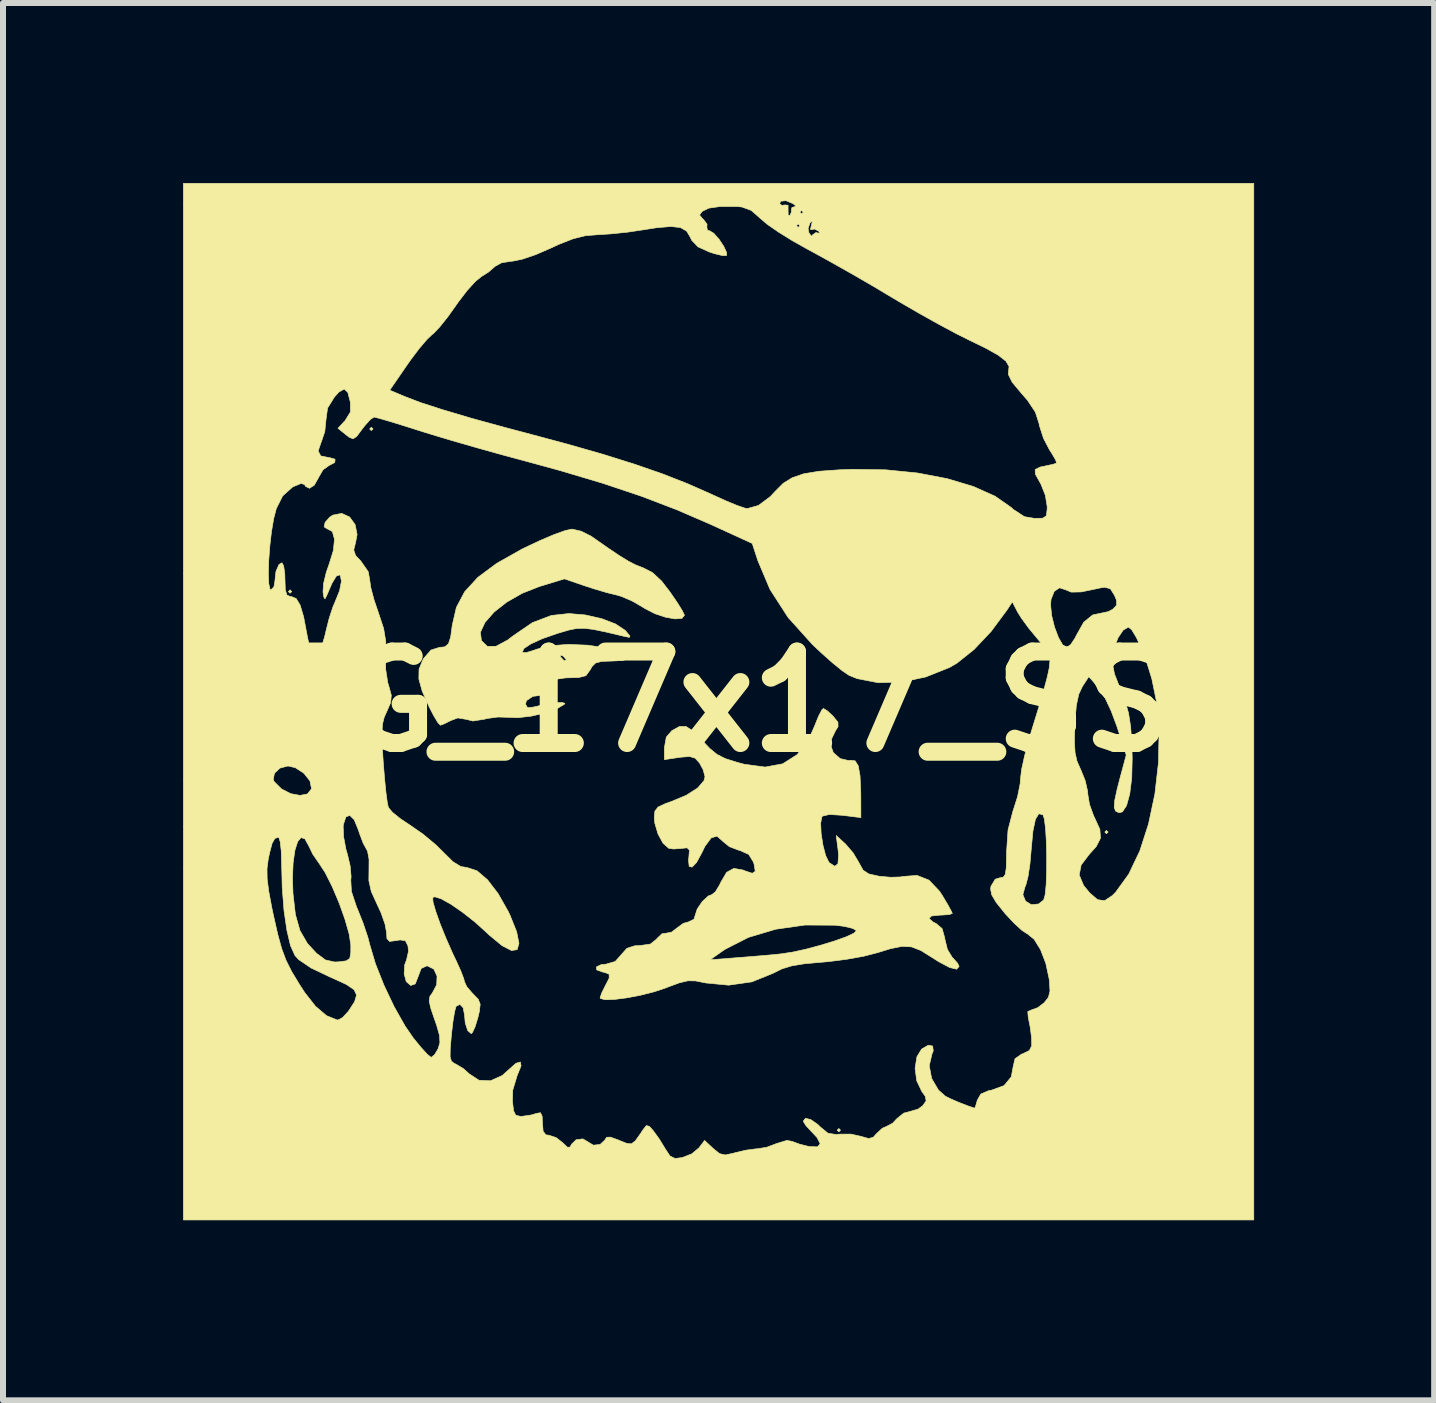
<source format=kicad_pcb>
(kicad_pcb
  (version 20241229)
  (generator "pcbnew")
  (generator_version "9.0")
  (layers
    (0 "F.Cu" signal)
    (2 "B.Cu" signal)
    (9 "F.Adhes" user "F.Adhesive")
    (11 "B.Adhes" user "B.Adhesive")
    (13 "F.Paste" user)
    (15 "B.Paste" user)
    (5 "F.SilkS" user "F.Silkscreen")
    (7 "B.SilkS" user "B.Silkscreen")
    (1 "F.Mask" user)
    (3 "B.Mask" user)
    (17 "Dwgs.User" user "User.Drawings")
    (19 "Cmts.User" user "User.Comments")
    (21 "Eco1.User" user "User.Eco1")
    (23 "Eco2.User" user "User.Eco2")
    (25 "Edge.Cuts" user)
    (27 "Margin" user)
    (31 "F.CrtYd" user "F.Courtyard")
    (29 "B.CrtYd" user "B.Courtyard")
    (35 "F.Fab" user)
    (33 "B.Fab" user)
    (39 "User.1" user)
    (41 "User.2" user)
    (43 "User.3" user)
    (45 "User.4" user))
  (footprint "FG_17x17_SS"
    (layer "F.Cu")
    (at 8.923 8.641)
    (property "Reference" "FG_17x17_SS" (at 0 0 0) (layer "F.SilkS") (effects (font (size 1.524 1.524) (thickness 0.3))))
    (attr through_hole)
    (fp_poly (pts (xy -7.112 -1.834) (xy -7.14 -1.806) (xy -7.168 -1.834) (xy -7.14 -1.863) (xy -7.112 -1.834)) (stroke (width 0.01) (type solid)) (fill yes) (layer "F.SilkS"))
    (fp_poly (pts (xy -5.757 -4.544) (xy -5.786 -4.516) (xy -5.814 -4.544) (xy -5.786 -4.572) (xy -5.757 -4.544)) (stroke (width 0.01) (type solid)) (fill yes) (layer "F.SilkS"))
    (fp_poly (pts (xy 2.032 7.14) (xy 2.004 7.168) (xy 1.976 7.14) (xy 2.004 7.112) (xy 2.032 7.14)) (stroke (width 0.01) (type solid)) (fill yes) (layer "F.SilkS"))
    (fp_poly (pts (xy 6.491 2.173) (xy 6.463 2.201) (xy 6.435 2.173) (xy 6.463 2.145) (xy 6.491 2.173)) (stroke (width 0.01) (type solid)) (fill yes) (layer "F.SilkS"))
    (fp_poly (pts (xy -2.442 -2.875) (xy -2.29 -2.84) (xy -2.127 -2.759) (xy -2.111 -2.748) (xy -1.845 -2.562) (xy -1.65 -2.431) (xy -1.505 -2.342) (xy -1.389 -2.282) (xy -1.282 -2.239) (xy -1.259 -2.231) (xy -1.102 -2.151) (xy -0.95 -2.01) (xy -0.809 -1.827) (xy -0.692 -1.657) (xy -0.606 -1.519) (xy -0.569 -1.442) (xy -0.569 -1.439) (xy -0.61 -1.388) (xy -0.725 -1.379) (xy -0.885 -1.407) (xy -1.062 -1.466) (xy -1.227 -1.551) (xy -1.245 -1.563) (xy -1.431 -1.672) (xy -1.617 -1.753) (xy -1.693 -1.775) (xy -1.856 -1.815) (xy -2.07 -1.878) (xy -2.23 -1.93) (xy -2.568 -2.046) (xy -2.984 -1.919) (xy -3.271 -1.806) (xy -3.529 -1.659) (xy -3.741 -1.492) (xy -3.892 -1.32) (xy -3.968 -1.157) (xy -3.952 -1.017) (xy -3.852 -0.921) (xy -3.708 -0.923) (xy -3.516 -1.026) (xy -3.42 -1.099) (xy -3.101 -1.317) (xy -2.787 -1.436) (xy -2.496 -1.468) (xy -2.222 -1.445) (xy -1.951 -1.384) (xy -1.718 -1.295) (xy -1.559 -1.19) (xy -1.547 -1.178) (xy -1.476 -1.092) (xy -1.488 -1.071) (xy -1.58 -1.09) (xy -1.872 -1.159) (xy -2.082 -1.203) (xy -2.237 -1.222) (xy -2.366 -1.219) (xy -2.495 -1.193) (xy -2.652 -1.147) (xy -2.691 -1.135) (xy -2.94 -1.048) (xy -3.13 -0.961) (xy -3.245 -0.884) (xy -3.269 -0.825) (xy -3.264 -0.818) (xy -3.199 -0.819) (xy -3.072 -0.858) (xy -3.03 -0.874) (xy -2.805 -0.931) (xy -2.509 -0.954) (xy -2.18 -0.941) (xy -1.855 -0.893) (xy -1.81 -0.883) (xy -1.6 -0.822) (xy -1.494 -0.764) (xy -1.494 -0.717) (xy -1.6 -0.686) (xy -1.764 -0.677) (xy -1.946 -0.671) (xy -2.05 -0.644) (xy -2.11 -0.584) (xy -2.135 -0.536) (xy -2.21 -0.433) (xy -2.334 -0.401) (xy -2.384 -0.401) (xy -2.551 -0.396) (xy -2.681 -0.377) (xy -2.799 -0.35) (xy -2.848 -0.343) (xy -2.862 -0.309) (xy -2.834 -0.271) (xy -2.77 -0.176) (xy -2.811 -0.124) (xy -2.902 -0.113) (xy -3.096 -0.088) (xy -3.201 -0.017) (xy -3.217 0.041) (xy -3.184 0.1) (xy -3.09 0.091) (xy -2.899 0.046) (xy -2.73 0.019) (xy -2.608 0.013) (xy -2.561 0.029) (xy -2.568 0.042) (xy -2.695 0.119) (xy -2.894 0.189) (xy -3.124 0.242) (xy -3.344 0.267) (xy -3.474 0.262) (xy -3.674 0.256) (xy -3.861 0.281) (xy -3.895 0.291) (xy -4.094 0.323) (xy -4.198 0.296) (xy -4.345 0.271) (xy -4.462 0.315) (xy -4.575 0.371) (xy -4.636 0.393) (xy -4.678 0.348) (xy -4.75 0.228) (xy -4.819 0.094) (xy -4.938 -0.174) (xy -4.994 -0.377) (xy -4.991 -0.541) (xy -4.93 -0.692) (xy -4.914 -0.72) (xy -4.867 -0.774) (xy -2.644 -0.774) (xy -2.63 -0.742) (xy -2.573 -0.682) (xy -2.541 -0.694) (xy -2.54 -0.702) (xy -2.58 -0.75) (xy -2.605 -0.767) (xy -2.644 -0.774) (xy -4.867 -0.774) (xy -4.792 -0.86) (xy -4.656 -0.903) (xy -4.56 -0.914) (xy -4.501 -0.964) (xy -4.464 -1.076) (xy -4.437 -1.277) (xy -4.436 -1.28) (xy -4.369 -1.57) (xy -4.231 -1.831) (xy -4.011 -2.071) (xy -3.699 -2.303) (xy -3.287 -2.536) (xy -3.229 -2.565) (xy -2.972 -2.686) (xy -2.739 -2.785) (xy -2.554 -2.851) (xy -2.443 -2.875) (xy -2.442 -2.875)) (stroke (width 0.01) (type solid)) (fill yes) (layer "F.SilkS"))
    (fp_poly (pts (xy 1.809 0.15) (xy 1.906 0.24) (xy 1.909 0.243) (xy 1.989 0.343) (xy 1.991 0.417) (xy 1.949 0.483) (xy 1.882 0.622) (xy 1.864 0.716) (xy 1.912 0.849) (xy 2.027 0.949) (xy 2.168 0.982) (xy 2.197 0.977) (xy 2.275 0.986) (xy 2.327 1.068) (xy 2.357 1.236) (xy 2.369 1.502) (xy 2.37 1.573) (xy 2.371 1.932) (xy 2.066 1.894) (xy 1.848 1.88) (xy 1.735 1.906) (xy 1.721 1.92) (xy 1.701 2.026) (xy 1.709 2.197) (xy 1.739 2.391) (xy 1.784 2.564) (xy 1.838 2.676) (xy 1.843 2.682) (xy 1.937 2.743) (xy 1.989 2.701) (xy 1.999 2.557) (xy 1.991 2.469) (xy 1.96 2.23) (xy 2.114 2.371) (xy 2.243 2.521) (xy 2.342 2.688) (xy 2.343 2.691) (xy 2.408 2.808) (xy 2.504 2.871) (xy 2.67 2.908) (xy 2.676 2.909) (xy 2.865 2.926) (xy 3.029 2.921) (xy 3.07 2.913) (xy 3.307 2.895) (xy 3.506 2.974) (xy 3.681 3.158) (xy 3.725 3.225) (xy 3.817 3.379) (xy 3.878 3.491) (xy 3.895 3.529) (xy 3.845 3.547) (xy 3.723 3.556) (xy 3.697 3.556) (xy 3.549 3.571) (xy 3.506 3.611) (xy 3.571 3.67) (xy 3.627 3.698) (xy 3.725 3.782) (xy 3.769 3.939) (xy 3.771 3.959) (xy 3.813 4.128) (xy 3.891 4.258) (xy 3.898 4.264) (xy 3.98 4.355) (xy 4.008 4.411) (xy 3.967 4.458) (xy 3.85 4.43) (xy 3.664 4.331) (xy 3.556 4.262) (xy 3.37 4.146) (xy 3.216 4.086) (xy 3.058 4.077) (xy 2.861 4.117) (xy 2.65 4.182) (xy 2.423 4.241) (xy 2.133 4.293) (xy 1.829 4.332) (xy 1.723 4.341) (xy 1.432 4.367) (xy 1.22 4.402) (xy 1.056 4.452) (xy 0.907 4.526) (xy 0.903 4.528) (xy 0.554 4.669) (xy 0.167 4.724) (xy -0.215 4.687) (xy -0.224 4.685) (xy -0.382 4.653) (xy -0.511 4.651) (xy -0.654 4.685) (xy -0.852 4.758) (xy -0.873 4.767) (xy -1.072 4.834) (xy -1.298 4.891) (xy -1.526 4.935) (xy -1.73 4.961) (xy -1.886 4.967) (xy -1.967 4.947) (xy -1.974 4.933) (xy -1.946 4.851) (xy -1.891 4.741) (xy -1.823 4.608) (xy -1.824 4.541) (xy -1.899 4.511) (xy -1.933 4.505) (xy -2.032 4.469) (xy -2.035 4.419) (xy -1.954 4.381) (xy -1.877 4.374) (xy -1.722 4.329) (xy -1.697 4.301) (xy -0.141 4.301) (xy 0.31 4.266) (xy 0.572 4.245) (xy 0.832 4.223) (xy 1.036 4.203) (xy 1.044 4.202) (xy 1.239 4.172) (xy 1.469 4.121) (xy 1.709 4.056) (xy 1.937 3.986) (xy 2.127 3.918) (xy 2.255 3.858) (xy 2.297 3.815) (xy 2.297 3.815) (xy 2.235 3.778) (xy 2.093 3.744) (xy 1.943 3.725) (xy 1.442 3.722) (xy 0.952 3.792) (xy 0.499 3.927) (xy 0.114 4.123) (xy 0.066 4.155) (xy -0.141 4.301) (xy -1.697 4.301) (xy -1.624 4.219) (xy -1.528 4.11) (xy -1.398 4.068) (xy -1.313 4.064) (xy -1.138 4.04) (xy -1.034 3.958) (xy -1.026 3.946) (xy -0.943 3.867) (xy -0.877 3.858) (xy -0.786 3.842) (xy -0.702 3.778) (xy -0.588 3.694) (xy -0.499 3.669) (xy -0.41 3.625) (xy -0.393 3.57) (xy -0.356 3.455) (xy -0.271 3.33) (xy -0.172 3.238) (xy -0.115 3.217) (xy -0.054 3.17) (xy 0.017 3.053) (xy 0.033 3.017) (xy 0.133 2.845) (xy 0.253 2.778) (xy 0.41 2.806) (xy 0.434 2.817) (xy 0.562 2.86) (xy 0.611 2.827) (xy 0.592 2.709) (xy 0.58 2.672) (xy 0.503 2.546) (xy 0.357 2.48) (xy 0.335 2.475) (xy 0.18 2.416) (xy 0.07 2.327) (xy 0.066 2.322) (xy -0.026 2.241) (xy -0.123 2.27) (xy -0.227 2.41) (xy -0.279 2.518) (xy -0.367 2.68) (xy -0.441 2.757) (xy -0.49 2.745) (xy -0.501 2.638) (xy -0.495 2.592) (xy -0.486 2.473) (xy -0.525 2.435) (xy -0.612 2.445) (xy -0.751 2.455) (xy -0.831 2.443) (xy -0.926 2.358) (xy -1.01 2.203) (xy -1.063 2.023) (xy -1.072 1.926) (xy -1.061 1.823) (xy -1.008 1.756) (xy -0.887 1.699) (xy -0.793 1.666) (xy -0.54 1.561) (xy -0.35 1.44) (xy -0.243 1.316) (xy -0.226 1.25) (xy -0.257 1.134) (xy -0.317 1.023) (xy -0.39 0.942) (xy -0.482 0.914) (xy -0.636 0.926) (xy -0.656 0.929) (xy -0.903 0.966) (xy -0.903 0.769) (xy -0.871 0.59) (xy -0.778 0.483) (xy -0.651 0.413) (xy -0.543 0.413) (xy -0.425 0.49) (xy -0.292 0.626) (xy -0.148 0.779) (xy -0.025 0.88) (xy 0.115 0.95) (xy 0.31 1.011) (xy 0.429 1.043) (xy 0.774 1.09) (xy 1.068 1.036) (xy 1.31 0.882) (xy 1.502 0.627) (xy 1.6 0.405) (xy 1.665 0.244) (xy 1.72 0.138) (xy 1.746 0.113) (xy 1.809 0.15)) (stroke (width 0.01) (type solid)) (fill yes) (layer "F.SilkS"))
    (fp_poly (pts (xy 8.918 8.636) (xy -8.918 8.636) (xy -8.918 2.784) (xy -7.524 2.784) (xy -7.522 2.948) (xy -7.496 3.155) (xy -7.444 3.433) (xy -7.418 3.556) (xy -7.346 3.873) (xy -7.281 4.112) (xy -7.207 4.31) (xy -7.112 4.499) (xy -6.981 4.715) (xy -6.899 4.842) (xy -6.717 5.075) (xy -6.531 5.233) (xy -6.359 5.302) (xy -6.34 5.304) (xy -6.264 5.263) (xy -6.17 5.161) (xy -6.162 5.15) (xy -6.065 5) (xy -6.032 4.889) (xy -6.073 4.8) (xy -6.198 4.714) (xy -6.417 4.613) (xy -6.477 4.587) (xy -6.791 4.437) (xy -6.996 4.298) (xy -7.058 4.23) (xy -7.132 4.067) (xy -7.193 3.809) (xy -7.241 3.478) (xy -7.271 3.091) (xy -7.274 2.949) (xy -7.1 2.949) (xy -7.091 3.2) (xy -7.051 3.547) (xy -6.975 3.814) (xy -6.85 4.03) (xy -6.699 4.193) (xy -6.55 4.304) (xy -6.397 4.338) (xy -6.327 4.335) (xy -6.204 4.319) (xy -6.145 4.279) (xy -6.128 4.18) (xy -6.128 4.054) (xy -6.155 3.873) (xy -6.225 3.628) (xy -6.323 3.353) (xy -6.438 3.082) (xy -6.555 2.849) (xy -6.66 2.688) (xy -6.666 2.681) (xy -6.762 2.541) (xy -6.826 2.408) (xy -6.893 2.286) (xy -6.957 2.265) (xy -7.013 2.332) (xy -7.059 2.477) (xy -7.089 2.686) (xy -7.1 2.949) (xy -7.274 2.949) (xy -7.281 2.695) (xy -7.287 2.489) (xy -7.304 2.335) (xy -7.328 2.261) (xy -7.334 2.258) (xy -7.393 2.28) (xy -7.439 2.361) (xy -7.482 2.522) (xy -7.505 2.635) (xy -7.524 2.784) (xy -8.918 2.784) (xy -8.918 2.082) (xy -6.255 2.082) (xy -6.248 2.252) (xy -6.209 2.46) (xy -6.185 2.542) (xy -6.139 2.736) (xy -6.123 2.913) (xy -6.128 2.973) (xy -6.118 3.161) (xy -6.031 3.423) (xy -6.015 3.459) (xy -5.924 3.687) (xy -5.845 3.922) (xy -5.811 4.052) (xy -5.718 4.365) (xy -5.577 4.721) (xy -5.406 5.082) (xy -5.224 5.404) (xy -5.088 5.602) (xy -4.959 5.76) (xy -4.853 5.876) (xy -4.791 5.926) (xy -4.788 5.927) (xy -4.731 5.881) (xy -4.673 5.783) (xy -4.643 5.681) (xy -4.65 5.561) (xy -4.699 5.388) (xy -4.732 5.294) (xy -4.797 5.103) (xy -4.822 4.986) (xy -4.81 4.911) (xy -4.77 4.855) (xy -4.697 4.718) (xy -4.691 4.573) (xy -4.745 4.456) (xy -4.851 4.403) (xy -4.862 4.403) (xy -4.955 4.446) (xy -5.004 4.575) (xy -5.054 4.703) (xy -5.13 4.729) (xy -5.204 4.665) (xy -5.239 4.536) (xy -5.23 4.385) (xy -5.199 4.302) (xy -5.167 4.161) (xy -5.175 4.07) (xy -5.218 3.984) (xy -5.306 3.97) (xy -5.37 3.981) (xy -5.483 3.995) (xy -5.526 3.948) (xy -5.532 3.848) (xy -5.558 3.706) (xy -5.625 3.516) (xy -5.689 3.378) (xy -5.787 3.163) (xy -5.827 2.982) (xy -5.825 2.807) (xy -5.824 2.626) (xy -5.849 2.491) (xy -5.866 2.46) (xy -5.921 2.36) (xy -5.981 2.201) (xy -6.002 2.137) (xy -6.071 1.968) (xy -6.145 1.895) (xy -6.21 1.921) (xy -6.252 2.05) (xy -6.255 2.082) (xy -8.918 2.082) (xy -8.918 1.297) (xy -7.42 1.297) (xy -7.404 1.333) (xy -7.283 1.454) (xy -7.129 1.533) (xy -6.974 1.562) (xy -6.849 1.537) (xy -6.783 1.452) (xy -6.783 1.448) (xy -6.809 1.32) (xy -6.91 1.193) (xy -7.053 1.1) (xy -7.176 1.072) (xy -7.31 1.108) (xy -7.4 1.194) (xy -7.42 1.297) (xy -8.918 1.297) (xy -8.918 -2.135) (xy -7.502 -2.135) (xy -7.495 -1.967) (xy -7.474 -1.873) (xy -7.459 -1.863) (xy -7.41 -1.911) (xy -7.394 -1.999) (xy -7.375 -2.17) (xy -7.325 -2.285) (xy -7.275 -2.314) (xy -7.247 -2.263) (xy -7.228 -2.134) (xy -7.225 -2.032) (xy -7.219 -1.862) (xy -7.193 -1.778) (xy -7.138 -1.751) (xy -7.114 -1.75) (xy -7.037 -1.717) (xy -6.972 -1.609) (xy -6.914 -1.414) (xy -6.858 -1.119) (xy -6.854 -1.094) (xy -6.806 -0.871) (xy -6.752 -0.759) (xy -6.691 -0.76) (xy -6.627 -0.871) (xy -6.561 -1.093) (xy -6.54 -1.185) (xy -6.487 -1.393) (xy -6.425 -1.581) (xy -6.392 -1.658) (xy -6.315 -1.848) (xy -6.284 -2.006) (xy -6.302 -2.102) (xy -6.313 -2.111) (xy -6.368 -2.093) (xy -6.44 -1.975) (xy -6.525 -1.778) (xy -6.558 -1.712) (xy -6.577 -1.742) (xy -6.591 -1.826) (xy -6.582 -1.968) (xy -6.535 -2.16) (xy -6.489 -2.291) (xy -6.418 -2.52) (xy -6.4 -2.707) (xy -6.435 -2.834) (xy -6.519 -2.879) (xy -6.572 -2.911) (xy -6.556 -2.987) (xy -6.482 -3.072) (xy -6.428 -3.108) (xy -6.279 -3.137) (xy -6.148 -3.077) (xy -6.056 -2.951) (xy -6.023 -2.785) (xy -6.047 -2.657) (xy -6.079 -2.527) (xy -6.048 -2.435) (xy -5.961 -2.343) (xy -5.837 -2.165) (xy -5.814 -2.036) (xy -5.794 -1.897) (xy -5.741 -1.697) (xy -5.668 -1.483) (xy -5.581 -1.22) (xy -5.545 -1.002) (xy -5.547 -0.79) (xy -5.547 -0.542) (xy -5.512 -0.315) (xy -5.496 -0.264) (xy -5.453 -0.108) (xy -5.463 0.013) (xy -5.526 0.159) (xy -5.572 0.262) (xy -5.599 0.37) (xy -5.61 0.508) (xy -5.606 0.704) (xy -5.589 0.984) (xy -5.587 1.016) (xy -5.565 1.284) (xy -5.542 1.516) (xy -5.519 1.686) (xy -5.502 1.763) (xy -5.436 1.842) (xy -5.301 1.951) (xy -5.142 2.057) (xy -4.924 2.208) (xy -4.706 2.39) (xy -4.586 2.509) (xy -4.426 2.667) (xy -4.297 2.746) (xy -4.184 2.766) (xy -4.025 2.818) (xy -3.851 2.967) (xy -3.673 3.199) (xy -3.502 3.501) (xy -3.475 3.558) (xy -3.364 3.835) (xy -3.326 4.028) (xy -3.356 4.132) (xy -3.45 4.147) (xy -3.606 4.067) (xy -3.818 3.892) (xy -3.857 3.855) (xy -4.058 3.673) (xy -4.265 3.51) (xy -4.459 3.376) (xy -4.62 3.286) (xy -4.729 3.251) (xy -4.763 3.264) (xy -4.758 3.339) (xy -4.713 3.494) (xy -4.638 3.705) (xy -4.539 3.949) (xy -4.427 4.203) (xy -4.371 4.319) (xy -4.295 4.487) (xy -4.245 4.619) (xy -4.233 4.669) (xy -4.195 4.75) (xy -4.102 4.858) (xy -4.089 4.871) (xy -4.004 4.959) (xy -3.972 5.042) (xy -3.986 5.163) (xy -4.011 5.268) (xy -4.058 5.421) (xy -4.103 5.516) (xy -4.121 5.532) (xy -4.18 5.481) (xy -4.221 5.354) (xy -4.233 5.22) (xy -4.256 5.1) (xy -4.31 5.044) (xy -4.371 5.075) (xy -4.375 5.081) (xy -4.398 5.164) (xy -4.425 5.326) (xy -4.45 5.535) (xy -4.453 5.568) (xy -4.471 5.786) (xy -4.473 5.917) (xy -4.452 5.989) (xy -4.406 6.027) (xy -4.378 6.039) (xy -4.251 6.115) (xy -4.154 6.202) (xy -3.991 6.309) (xy -3.801 6.317) (xy -3.606 6.23) (xy -3.505 6.14) (xy -3.377 6.026) (xy -3.302 6.004) (xy -3.291 6.07) (xy -3.352 6.219) (xy -3.354 6.223) (xy -3.43 6.475) (xy -3.434 6.66) (xy -3.416 6.817) (xy -3.38 6.89) (xy -3.307 6.909) (xy -3.274 6.909) (xy -3.121 6.887) (xy -3.034 6.861) (xy -2.968 6.849) (xy -2.94 6.907) (xy -2.935 7.021) (xy -2.923 7.16) (xy -2.876 7.218) (xy -2.824 7.225) (xy -2.706 7.264) (xy -2.6 7.347) (xy -2.517 7.425) (xy -2.474 7.421) (xy -2.451 7.375) (xy -2.374 7.3) (xy -2.262 7.285) (xy -2.174 7.336) (xy -2.173 7.338) (xy -2.086 7.39) (xy -1.974 7.378) (xy -1.898 7.308) (xy -1.865 7.258) (xy -1.801 7.256) (xy -1.671 7.303) (xy -1.653 7.311) (xy -1.531 7.36) (xy -1.453 7.368) (xy -1.387 7.318) (xy -1.301 7.197) (xy -1.258 7.131) (xy -1.203 7.063) (xy -1.152 7.077) (xy -1.089 7.148) (xy -0.99 7.284) (xy -0.891 7.446) (xy -0.888 7.451) (xy -0.809 7.571) (xy -0.726 7.611) (xy -0.606 7.597) (xy -0.446 7.534) (xy -0.328 7.436) (xy -0.233 7.311) (xy -0.089 7.446) (xy 0.016 7.531) (xy 0.111 7.553) (xy 0.252 7.523) (xy 0.274 7.516) (xy 0.457 7.473) (xy 0.624 7.451) (xy 0.644 7.451) (xy 0.805 7.424) (xy 0.963 7.364) (xy 1.139 7.31) (xy 1.228 7.328) (xy 1.353 7.374) (xy 1.51 7.413) (xy 1.649 7.418) (xy 1.693 7.366) (xy 1.641 7.263) (xy 1.552 7.168) (xy 1.457 7.066) (xy 1.412 6.994) (xy 1.411 6.989) (xy 1.447 6.942) (xy 1.537 6.964) (xy 1.653 7.045) (xy 1.698 7.089) (xy 1.823 7.191) (xy 1.958 7.212) (xy 2.015 7.206) (xy 2.203 7.205) (xy 2.373 7.243) (xy 2.502 7.28) (xy 2.579 7.257) (xy 2.629 7.2) (xy 2.728 7.108) (xy 2.8 7.077) (xy 2.901 7.023) (xy 2.972 6.947) (xy 3.085 6.856) (xy 3.184 6.83) (xy 3.324 6.789) (xy 3.403 6.731) (xy 3.458 6.652) (xy 3.445 6.578) (xy 3.384 6.491) (xy 3.301 6.315) (xy 3.274 6.109) (xy 3.305 5.916) (xy 3.383 5.789) (xy 3.494 5.724) (xy 3.567 5.738) (xy 3.577 5.82) (xy 3.556 5.87) (xy 3.51 6.065) (xy 3.55 6.278) (xy 3.663 6.471) (xy 3.78 6.575) (xy 3.867 6.618) (xy 4.006 6.678) (xy 4.15 6.734) (xy 4.253 6.769) (xy 4.27 6.772) (xy 4.287 6.726) (xy 4.311 6.64) (xy 4.37 6.537) (xy 4.5 6.482) (xy 4.549 6.473) (xy 4.757 6.397) (xy 4.877 6.251) (xy 4.909 6.079) (xy 4.939 5.95) (xy 5.045 5.875) (xy 5.072 5.865) (xy 5.178 5.813) (xy 5.218 5.734) (xy 5.215 5.599) (xy 5.192 5.422) (xy 5.162 5.272) (xy 5.16 5.263) (xy 5.152 5.164) (xy 5.215 5.136) (xy 5.318 5.099) (xy 5.425 5.017) (xy 5.496 4.927) (xy 5.522 4.821) (xy 5.512 4.655) (xy 5.507 4.614) (xy 5.452 4.359) (xy 5.364 4.131) (xy 5.257 3.959) (xy 5.146 3.869) (xy 5.142 3.868) (xy 5.053 3.81) (xy 4.921 3.688) (xy 4.774 3.531) (xy 4.769 3.524) (xy 4.625 3.345) (xy 4.551 3.219) (xy 4.55 3.215) (xy 5.07 3.215) (xy 5.115 3.324) (xy 5.212 3.383) (xy 5.332 3.371) (xy 5.417 3.304) (xy 5.441 3.219) (xy 5.458 3.05) (xy 5.466 2.827) (xy 5.467 2.578) (xy 5.461 2.33) (xy 5.448 2.113) (xy 5.428 1.954) (xy 5.404 1.885) (xy 5.336 1.868) (xy 5.28 1.959) (xy 5.238 2.155) (xy 5.21 2.453) (xy 5.209 2.464) (xy 5.188 2.704) (xy 5.157 2.911) (xy 5.121 3.051) (xy 5.108 3.079) (xy 5.07 3.215) (xy 4.55 3.215) (xy 4.532 3.12) (xy 4.539 3.075) (xy 4.609 2.959) (xy 4.686 2.935) (xy 4.743 2.925) (xy 4.777 2.878) (xy 4.793 2.772) (xy 4.798 2.583) (xy 4.798 2.514) (xy 4.823 2.137) (xy 4.905 1.822) (xy 4.914 1.797) (xy 4.982 1.582) (xy 5.025 1.367) (xy 5.032 1.273) (xy 5.049 1.13) (xy 5.097 0.911) (xy 5.16 0.667) (xy 5.929 0.667) (xy 5.94 0.85) (xy 5.972 0.991) (xy 6.03 1.124) (xy 6.034 1.131) (xy 6.109 1.316) (xy 6.15 1.497) (xy 6.152 1.541) (xy 6.18 1.711) (xy 6.248 1.899) (xy 6.265 1.934) (xy 6.353 2.127) (xy 6.364 2.274) (xy 6.293 2.414) (xy 6.177 2.543) (xy 6.041 2.722) (xy 6.009 2.888) (xy 6.082 3.062) (xy 6.184 3.187) (xy 6.316 3.3) (xy 6.432 3.316) (xy 6.559 3.232) (xy 6.616 3.175) (xy 6.834 2.874) (xy 7.019 2.486) (xy 7.165 2.033) (xy 7.27 1.537) (xy 7.329 1.018) (xy 7.34 0.499) (xy 7.297 0.002) (xy 7.219 -0.38) (xy 7.14 -0.636) (xy 7.051 -0.873) (xy 6.962 -1.068) (xy 6.883 -1.199) (xy 6.828 -1.242) (xy 6.742 -1.192) (xy 6.656 -1.064) (xy 6.59 -0.892) (xy 6.572 -0.81) (xy 6.562 -0.638) (xy 6.597 -0.461) (xy 6.68 -0.247) (xy 6.771 -0.02) (xy 6.831 0.192) (xy 6.867 0.424) (xy 6.886 0.71) (xy 6.892 0.944) (xy 6.884 1.271) (xy 6.851 1.538) (xy 6.798 1.732) (xy 6.728 1.837) (xy 6.671 1.85) (xy 6.616 1.825) (xy 6.592 1.763) (xy 6.6 1.648) (xy 6.641 1.458) (xy 6.695 1.249) (xy 6.792 0.89) (xy 6.637 0.412) (xy 6.542 0.157) (xy 6.437 -0.067) (xy 6.339 -0.224) (xy 6.325 -0.241) (xy 6.169 -0.416) (xy 6.062 -0.253) (xy 6.001 -0.122) (xy 5.961 0.064) (xy 5.939 0.33) (xy 5.935 0.407) (xy 5.929 0.667) (xy 5.16 0.667) (xy 5.166 0.645) (xy 5.252 0.362) (xy 5.34 0.077) (xy 5.418 -0.19) (xy 5.477 -0.411) (xy 5.508 -0.553) (xy 5.522 -0.688) (xy 5.503 -0.792) (xy 5.435 -0.904) (xy 5.307 -1.056) (xy 5.164 -1.229) (xy 5.042 -1.397) (xy 4.982 -1.494) (xy 4.921 -1.612) (xy 5.532 -1.612) (xy 5.55 -1.433) (xy 5.598 -1.241) (xy 5.664 -1.067) (xy 5.735 -0.944) (xy 5.794 -0.903) (xy 5.867 -0.95) (xy 5.944 -1.067) (xy 5.956 -1.095) (xy 6.085 -1.325) (xy 6.235 -1.446) (xy 6.343 -1.468) (xy 6.493 -1.5) (xy 6.569 -1.54) (xy 6.633 -1.607) (xy 6.629 -1.693) (xy 6.597 -1.771) (xy 6.528 -1.881) (xy 6.435 -1.906) (xy 6.367 -1.896) (xy 6.187 -1.858) (xy 6.039 -1.828) (xy 5.876 -1.825) (xy 5.785 -1.863) (xy 5.681 -1.897) (xy 5.593 -1.838) (xy 5.539 -1.703) (xy 5.532 -1.612) (xy 4.921 -1.612) (xy 4.895 -1.663) (xy 4.804 -1.524) (xy 4.541 -1.17) (xy 4.257 -0.869) (xy 3.974 -0.643) (xy 3.847 -0.569) (xy 3.451 -0.411) (xy 3.045 -0.326) (xy 2.657 -0.316) (xy 2.31 -0.383) (xy 2.173 -0.439) (xy 2.062 -0.514) (xy 1.897 -0.648) (xy 1.704 -0.82) (xy 1.565 -0.951) (xy 1.159 -1.402) (xy 0.857 -1.87) (xy 0.655 -2.348) (xy 0.561 -2.636) (xy -0.129 -2.952) (xy -0.693 -3.196) (xy -1.284 -3.422) (xy -1.925 -3.637) (xy -2.639 -3.85) (xy -3.217 -4.008) (xy -3.61 -4.114) (xy -4.025 -4.23) (xy -4.428 -4.346) (xy -4.782 -4.452) (xy -4.975 -4.512) (xy -5.243 -4.597) (xy -5.474 -4.668) (xy -5.645 -4.718) (xy -5.735 -4.741) (xy -5.742 -4.741) (xy -5.805 -4.699) (xy -5.899 -4.593) (xy -5.938 -4.542) (xy -6.029 -4.42) (xy -6.089 -4.379) (xy -6.154 -4.405) (xy -6.211 -4.449) (xy -6.342 -4.555) (xy -6.222 -4.684) (xy -6.135 -4.825) (xy -6.135 -4.989) (xy -6.178 -5.153) (xy -6.217 -5.19) (xy -5.479 -5.19) (xy -5.234 -5.086) (xy -4.967 -4.984) (xy -4.593 -4.863) (xy -4.118 -4.722) (xy -3.546 -4.565) (xy -3.246 -4.486) (xy -2.537 -4.296) (xy -1.924 -4.121) (xy -1.392 -3.954) (xy -0.925 -3.792) (xy -0.508 -3.628) (xy -0.126 -3.459) (xy -0.105 -3.449) (xy 0.117 -3.348) (xy 0.308 -3.269) (xy 0.441 -3.224) (xy 0.478 -3.217) (xy 0.664 -3.269) (xy 0.861 -3.416) (xy 0.948 -3.509) (xy 1.076 -3.637) (xy 1.227 -3.731) (xy 1.42 -3.797) (xy 1.675 -3.839) (xy 2.012 -3.863) (xy 2.23 -3.871) (xy 2.784 -3.863) (xy 3.315 -3.81) (xy 3.808 -3.716) (xy 4.244 -3.586) (xy 4.606 -3.424) (xy 4.877 -3.235) (xy 4.911 -3.203) (xy 5.097 -3.082) (xy 5.263 -3.054) (xy 5.402 -3.057) (xy 5.461 -3.097) (xy 5.475 -3.206) (xy 5.475 -3.253) (xy 5.444 -3.441) (xy 5.368 -3.631) (xy 5.356 -3.651) (xy 5.278 -3.791) (xy 5.275 -3.868) (xy 5.358 -3.909) (xy 5.453 -3.929) (xy 5.574 -3.955) (xy 5.632 -3.976) (xy 5.615 -4.029) (xy 5.55 -4.141) (xy 5.514 -4.195) (xy 5.414 -4.387) (xy 5.346 -4.598) (xy 5.341 -4.629) (xy 5.279 -4.823) (xy 5.147 -5.022) (xy 5.05 -5.133) (xy 4.892 -5.322) (xy 4.828 -5.453) (xy 4.831 -5.497) (xy 4.84 -5.585) (xy 4.787 -5.674) (xy 4.66 -5.773) (xy 4.449 -5.891) (xy 4.206 -6.009) (xy 3.971 -6.126) (xy 3.674 -6.285) (xy 3.346 -6.468) (xy 3.02 -6.657) (xy 2.906 -6.725) (xy 2.576 -6.922) (xy 2.217 -7.13) (xy 1.868 -7.327) (xy 1.567 -7.493) (xy 1.496 -7.531) (xy 1.237 -7.676) (xy 0.998 -7.824) (xy 0.911 -7.885) (xy 1.492 -7.885) (xy 1.504 -7.816) (xy 1.545 -7.756) (xy 1.567 -7.778) (xy 1.624 -7.818) (xy 1.65 -7.809) (xy 1.684 -7.807) (xy 1.67 -7.838) (xy 1.597 -7.876) (xy 1.567 -7.866) (xy 1.53 -7.868) (xy 1.546 -7.935) (xy 1.563 -8.005) (xy 1.525 -7.982) (xy 1.492 -7.885) (xy 0.911 -7.885) (xy 0.845 -7.93) (xy 1.298 -7.93) (xy 1.326 -7.902) (xy 1.355 -7.93) (xy 1.326 -7.959) (xy 1.298 -7.93) (xy 0.845 -7.93) (xy 0.808 -7.956) (xy 0.698 -8.05) (xy 0.546 -8.184) (xy 0.389 -8.242) (xy 0.303 -8.25) (xy 0.025 -8.25) (xy -0.162 -8.223) (xy -0.273 -8.169) (xy -0.317 -8.108) (xy -0.265 -8.045) (xy -0.253 -8.036) (xy -0.192 -7.956) (xy -0.195 -7.906) (xy -0.186 -7.854) (xy -0.15 -7.846) (xy -0.08 -7.804) (xy 0.008 -7.705) (xy 0.087 -7.585) (xy 0.135 -7.48) (xy 0.132 -7.432) (xy 0.067 -7.432) (xy -0.067 -7.464) (xy -0.153 -7.492) (xy -0.343 -7.578) (xy -0.448 -7.688) (xy -0.47 -7.736) (xy -0.532 -7.84) (xy -0.634 -7.899) (xy -0.794 -7.917) (xy -1.031 -7.897) (xy -1.247 -7.863) (xy -1.514 -7.823) (xy -1.794 -7.794) (xy -2.004 -7.781) (xy -2.217 -7.764) (xy -2.423 -7.713) (xy -2.663 -7.619) (xy -2.798 -7.556) (xy -3.05 -7.447) (xy -3.275 -7.371) (xy -3.44 -7.338) (xy -3.455 -7.338) (xy -3.615 -7.313) (xy -3.725 -7.253) (xy -3.728 -7.249) (xy -3.833 -7.158) (xy -3.952 -7.083) (xy -4.053 -7.001) (xy -4.189 -6.851) (xy -4.334 -6.662) (xy -4.376 -6.602) (xy -4.516 -6.406) (xy -4.649 -6.24) (xy -4.751 -6.133) (xy -4.773 -6.117) (xy -4.86 -6.034) (xy -4.987 -5.885) (xy -5.131 -5.694) (xy -5.188 -5.613) (xy -5.479 -5.19) (xy -6.217 -5.19) (xy -6.236 -5.209) (xy -6.323 -5.161) (xy -6.4 -5.077) (xy -6.515 -4.892) (xy -6.542 -4.693) (xy -6.542 -4.692) (xy -6.561 -4.5) (xy -6.621 -4.323) (xy -6.623 -4.32) (xy -6.672 -4.176) (xy -6.628 -4.094) (xy -6.485 -4.065) (xy -6.477 -4.065) (xy -6.39 -4.039) (xy -6.395 -3.985) (xy -6.488 -3.936) (xy -6.492 -3.934) (xy -6.59 -3.864) (xy -6.666 -3.734) (xy -6.667 -3.73) (xy -6.736 -3.607) (xy -6.817 -3.555) (xy -6.884 -3.588) (xy -6.897 -3.617) (xy -6.956 -3.636) (xy -7.086 -3.582) (xy -7.099 -3.575) (xy -7.264 -3.427) (xy -7.369 -3.217) (xy -7.412 -3.053) (xy -7.449 -2.837) (xy -7.477 -2.595) (xy -7.495 -2.353) (xy -7.502 -2.135) (xy -8.918 -2.135) (xy -8.918 -8.299) (xy 1.016 -8.299) (xy 1.057 -8.268) (xy 1.098 -8.276) (xy 1.158 -8.272) (xy 1.158 -8.188) (xy 1.16 -8.107) (xy 1.189 -8.102) (xy 1.213 -8.156) (xy 1.355 -8.156) (xy 1.383 -8.128) (xy 1.411 -8.156) (xy 1.383 -8.184) (xy 1.355 -8.156) (xy 1.213 -8.156) (xy 1.219 -8.17) (xy 1.211 -8.188) (xy 1.223 -8.236) (xy 1.253 -8.242) (xy 1.29 -8.257) (xy 1.242 -8.297) (xy 1.123 -8.347) (xy 1.037 -8.339) (xy 1.016 -8.299) (xy -8.918 -8.299) (xy -8.918 -8.636) (xy 8.918 -8.636) (xy 8.918 8.636)) (stroke (width 0.01) (type solid)) (fill yes) (layer "F.SilkS")))
  (gr_rect
    (start -3 -3)
    (end 20.846 20.282)
    (stroke (width 0.1) (type default))
    (fill no)
    (layer "Edge.Cuts")))
</source>
